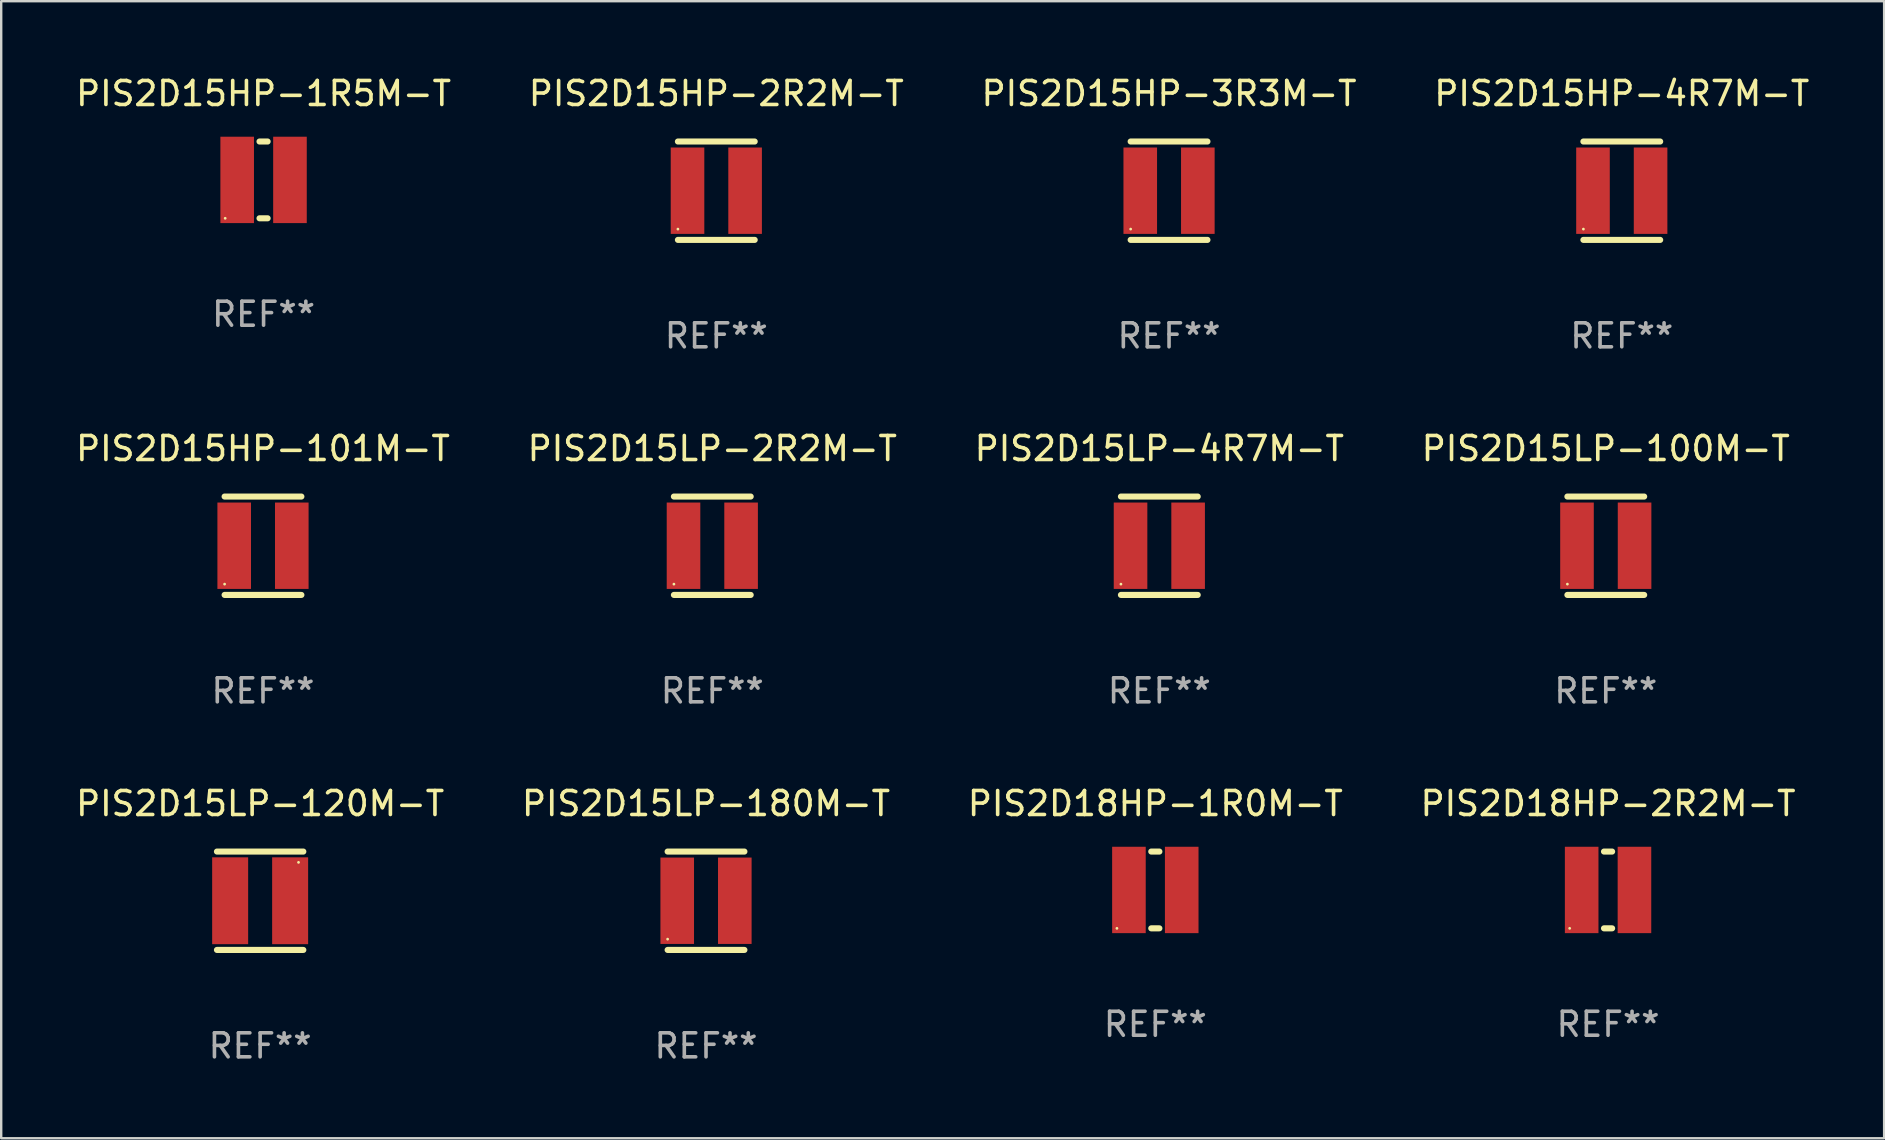
<source format=kicad_pcb>
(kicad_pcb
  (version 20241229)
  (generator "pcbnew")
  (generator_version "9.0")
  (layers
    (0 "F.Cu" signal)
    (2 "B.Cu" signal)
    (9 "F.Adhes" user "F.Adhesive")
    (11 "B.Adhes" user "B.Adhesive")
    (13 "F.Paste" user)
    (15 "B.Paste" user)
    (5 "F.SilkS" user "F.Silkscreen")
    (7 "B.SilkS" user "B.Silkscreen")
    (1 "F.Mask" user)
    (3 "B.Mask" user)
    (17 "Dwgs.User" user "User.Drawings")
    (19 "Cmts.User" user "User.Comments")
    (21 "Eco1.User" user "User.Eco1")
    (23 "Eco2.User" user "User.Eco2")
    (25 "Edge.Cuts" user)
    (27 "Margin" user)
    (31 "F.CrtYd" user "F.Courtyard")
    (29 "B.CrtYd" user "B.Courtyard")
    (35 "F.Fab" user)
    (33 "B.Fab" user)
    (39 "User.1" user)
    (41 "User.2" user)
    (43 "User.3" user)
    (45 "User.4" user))
  (footprint "PIS2D15LP-4R7M-T"
    (layer "F.Cu")
    (at 45.268 19.695)
    (property "Reference" "PIS2D15LP-4R7M-T" (at 0 -4.05 0) (layer "F.SilkS") (effects (font (size 1 1) (thickness 0.15))))
    (attr through_hole)
    (fp_line (start -1.6 2.05) (end 1.6 2.05) (stroke (width 0.254) (type solid)) (layer "F.SilkS"))
    (fp_line (start -1.6 -2.05) (end 1.6 -2.05) (stroke (width 0.254) (type solid)) (layer "F.SilkS"))
    (fp_circle (center -1.6 1.6) (end -1.57 1.6) (stroke (width 0.06) (type solid)) (fill no) (layer "F.SilkS"))
    (fp_text user "REF**" (at 0 6.05 0) (layer "F.Fab") (effects (font (size 1 1) (thickness 0.15))))
    (pad "1" smd rect (at -1.2 0 90) (size 3.6 1.4) (layers "F.Cu" "F.Mask" "F.Paste"))
    (pad "2" smd rect (at 1.2 0 90) (size 3.6 1.4) (layers "F.Cu" "F.Mask" "F.Paste")))
  (footprint "PIS2D15LP-100M-T"
    (layer "F.Cu")
    (at 63.875 19.695)
    (property "Reference" "PIS2D15LP-100M-T" (at 0 -4.05 0) (layer "F.SilkS") (effects (font (size 1 1) (thickness 0.15))))
    (attr through_hole)
    (fp_line (start -1.6 2.05) (end 1.6 2.05) (stroke (width 0.254) (type solid)) (layer "F.SilkS"))
    (fp_line (start -1.6 -2.05) (end 1.6 -2.05) (stroke (width 0.254) (type solid)) (layer "F.SilkS"))
    (fp_circle (center -1.6 1.6) (end -1.57 1.6) (stroke (width 0.06) (type solid)) (fill no) (layer "F.SilkS"))
    (fp_text user "REF**" (at 0 6.05 0) (layer "F.Fab") (effects (font (size 1 1) (thickness 0.15))))
    (pad "1" smd rect (at -1.2 0 90) (size 3.6 1.4) (layers "F.Cu" "F.Mask" "F.Paste"))
    (pad "2" smd rect (at 1.2 0 90) (size 3.6 1.4) (layers "F.Cu" "F.Mask" "F.Paste")))
  (footprint "PIS2D15LP-180M-T"
    (layer "F.Cu")
    (at 26.375 34.491)
    (property "Reference" "PIS2D15LP-180M-T" (at 0 -4.05 0) (layer "F.SilkS") (effects (font (size 1 1) (thickness 0.15))))
    (attr through_hole)
    (fp_line (start -1.6 2.05) (end 1.6 2.05) (stroke (width 0.254) (type solid)) (layer "F.SilkS"))
    (fp_line (start -1.6 -2.05) (end 1.6 -2.05) (stroke (width 0.254) (type solid)) (layer "F.SilkS"))
    (fp_circle (center -1.6 1.6) (end -1.57 1.6) (stroke (width 0.06) (type solid)) (fill no) (layer "F.SilkS"))
    (fp_text user "REF**" (at 0 6.05 0) (layer "F.Fab") (effects (font (size 1 1) (thickness 0.15))))
    (pad "1" smd rect (at -1.2 0 90) (size 3.6 1.4) (layers "F.Cu" "F.Mask" "F.Paste"))
    (pad "2" smd rect (at 1.2 0 90) (size 3.6 1.4) (layers "F.Cu" "F.Mask" "F.Paste")))
  (footprint "PIS2D15HP-101M-T"
    (layer "F.Cu")
    (at 7.911 19.695)
    (property "Reference" "PIS2D15HP-101M-T" (at 0 -4.05 0) (layer "F.SilkS") (effects (font (size 1 1) (thickness 0.15))))
    (attr through_hole)
    (fp_line (start -1.6 2.05) (end 1.6 2.05) (stroke (width 0.254) (type solid)) (layer "F.SilkS"))
    (fp_line (start -1.6 -2.05) (end 1.6 -2.05) (stroke (width 0.254) (type solid)) (layer "F.SilkS"))
    (fp_circle (center -1.6 1.6) (end -1.57 1.6) (stroke (width 0.06) (type solid)) (fill no) (layer "F.SilkS"))
    (fp_text user "REF**" (at 0 6.05 0) (layer "F.Fab") (effects (font (size 1 1) (thickness 0.15))))
    (pad "1" smd rect (at -1.2 0 90) (size 3.6 1.4) (layers "F.Cu" "F.Mask" "F.Paste"))
    (pad "2" smd rect (at 1.2 0 90) (size 3.6 1.4) (layers "F.Cu" "F.Mask" "F.Paste")))
  (footprint "PIS2D15LP-120M-T"
    (layer "F.Cu")
    (at 7.792 34.491)
    (property "Reference" "PIS2D15LP-120M-T" (at 0 -4.05 0) (layer "F.SilkS") (effects (font (size 1 1) (thickness 0.15))))
    (attr through_hole)
    (fp_line (start -1.8 -2.05) (end 1.8 -2.05) (stroke (width 0.254) (type solid)) (layer "F.SilkS"))
    (fp_line (start 1.8 2.05) (end -1.8 2.05) (stroke (width 0.254) (type solid)) (layer "F.SilkS"))
    (fp_circle (center 1.6 -1.6) (end 1.63 -1.6) (stroke (width 0.06) (type solid)) (fill no) (layer "F.SilkS"))
    (fp_text user "REF**" (at 0 6.05 0) (layer "F.Fab") (effects (font (size 1 1) (thickness 0.15))))
    (pad "1" smd rect (at 1.25 0) (size 1.5 3.62) (layers "F.Cu" "F.Mask" "F.Paste"))
    (pad "2" smd rect (at -1.25 0) (size 1.5 3.62) (layers "F.Cu" "F.Mask" "F.Paste")))
  (footprint "PIS2D15HP-3R3M-T"
    (layer "F.Cu")
    (at 45.673 4.898)
    (property "Reference" "PIS2D15HP-3R3M-T" (at 0 -4.05 0) (layer "F.SilkS") (effects (font (size 1 1) (thickness 0.15))))
    (attr through_hole)
    (fp_line (start -1.6 2.05) (end 1.6 2.05) (stroke (width 0.254) (type solid)) (layer "F.SilkS"))
    (fp_line (start -1.6 -2.05) (end 1.6 -2.05) (stroke (width 0.254) (type solid)) (layer "F.SilkS"))
    (fp_circle (center -1.6 1.6) (end -1.57 1.6) (stroke (width 0.06) (type solid)) (fill no) (layer "F.SilkS"))
    (fp_text user "REF**" (at 0 6.05 0) (layer "F.Fab") (effects (font (size 1 1) (thickness 0.15))))
    (pad "1" smd rect (at -1.2 0 90) (size 3.6 1.4) (layers "F.Cu" "F.Mask" "F.Paste"))
    (pad "2" smd rect (at 1.2 0 90) (size 3.6 1.4) (layers "F.Cu" "F.Mask" "F.Paste")))
  (footprint "PIS2D18HP-2R2M-T"
    (layer "F.Cu")
    (at 63.97 34.041)
    (property "Reference" "PIS2D18HP-2R2M-T" (at 0 -3.6 0) (layer "F.SilkS") (effects (font (size 1 1) (thickness 0.15))))
    (attr through_hole)
    (fp_line (start -0.169 -1.6) (end 0.169 -1.6) (stroke (width 0.254) (type solid)) (layer "F.SilkS"))
    (fp_line (start -0.169 1.6) (end 0.169 1.6) (stroke (width 0.254) (type solid)) (layer "F.SilkS"))
    (fp_circle (center -1.6 1.6) (end -1.57 1.6) (stroke (width 0.06) (type solid)) (fill no) (layer "F.SilkS"))
    (fp_text user "REF**" (at 0 5.6 0) (layer "F.Fab") (effects (font (size 1 1) (thickness 0.15))))
    (pad "1" smd rect (at -1.1 0) (size 1.4 3.6) (layers "F.Cu" "F.Mask" "F.Paste"))
    (pad "2" smd rect (at 1.1 0) (size 1.4 3.6) (layers "F.Cu" "F.Mask" "F.Paste")))
  (footprint "PIS2D15HP-2R2M-T"
    (layer "F.Cu")
    (at 26.804 4.898)
    (property "Reference" "PIS2D15HP-2R2M-T" (at 0 -4.05 0) (layer "F.SilkS") (effects (font (size 1 1) (thickness 0.15))))
    (attr through_hole)
    (fp_line (start -1.6 2.05) (end 1.6 2.05) (stroke (width 0.254) (type solid)) (layer "F.SilkS"))
    (fp_line (start -1.6 -2.05) (end 1.6 -2.05) (stroke (width 0.254) (type solid)) (layer "F.SilkS"))
    (fp_circle (center -1.6 1.6) (end -1.57 1.6) (stroke (width 0.06) (type solid)) (fill no) (layer "F.SilkS"))
    (fp_text user "REF**" (at 0 6.05 0) (layer "F.Fab") (effects (font (size 1 1) (thickness 0.15))))
    (pad "1" smd rect (at -1.2 0 90) (size 3.6 1.4) (layers "F.Cu" "F.Mask" "F.Paste"))
    (pad "2" smd rect (at 1.2 0 90) (size 3.6 1.4) (layers "F.Cu" "F.Mask" "F.Paste")))
  (footprint "PIS2D15LP-2R2M-T"
    (layer "F.Cu")
    (at 26.637 19.695)
    (property "Reference" "PIS2D15LP-2R2M-T" (at 0 -4.05 0) (layer "F.SilkS") (effects (font (size 1 1) (thickness 0.15))))
    (attr through_hole)
    (fp_line (start -1.6 2.05) (end 1.6 2.05) (stroke (width 0.254) (type solid)) (layer "F.SilkS"))
    (fp_line (start -1.6 -2.05) (end 1.6 -2.05) (stroke (width 0.254) (type solid)) (layer "F.SilkS"))
    (fp_circle (center -1.6 1.6) (end -1.57 1.6) (stroke (width 0.06) (type solid)) (fill no) (layer "F.SilkS"))
    (fp_text user "REF**" (at 0 6.05 0) (layer "F.Fab") (effects (font (size 1 1) (thickness 0.15))))
    (pad "1" smd rect (at -1.2 0 90) (size 3.6 1.4) (layers "F.Cu" "F.Mask" "F.Paste"))
    (pad "2" smd rect (at 1.2 0 90) (size 3.6 1.4) (layers "F.Cu" "F.Mask" "F.Paste")))
  (footprint "PIS2D18HP-1R0M-T"
    (layer "F.Cu")
    (at 45.101 34.041)
    (property "Reference" "PIS2D18HP-1R0M-T" (at 0 -3.6 0) (layer "F.SilkS") (effects (font (size 1 1) (thickness 0.15))))
    (attr through_hole)
    (fp_line (start -0.169 -1.6) (end 0.169 -1.6) (stroke (width 0.254) (type solid)) (layer "F.SilkS"))
    (fp_line (start -0.169 1.6) (end 0.169 1.6) (stroke (width 0.254) (type solid)) (layer "F.SilkS"))
    (fp_circle (center -1.6 1.6) (end -1.57 1.6) (stroke (width 0.06) (type solid)) (fill no) (layer "F.SilkS"))
    (fp_text user "REF**" (at 0 5.6 0) (layer "F.Fab") (effects (font (size 1 1) (thickness 0.15))))
    (pad "1" smd rect (at -1.1 0) (size 1.4 3.6) (layers "F.Cu" "F.Mask" "F.Paste"))
    (pad "2" smd rect (at 1.1 0) (size 1.4 3.6) (layers "F.Cu" "F.Mask" "F.Paste")))
  (footprint "PIS2D15HP-4R7M-T"
    (layer "F.Cu")
    (at 64.542 4.898)
    (property "Reference" "PIS2D15HP-4R7M-T" (at 0 -4.05 0) (layer "F.SilkS") (effects (font (size 1 1) (thickness 0.15))))
    (attr through_hole)
    (fp_line (start -1.6 2.05) (end 1.6 2.05) (stroke (width 0.254) (type solid)) (layer "F.SilkS"))
    (fp_line (start -1.6 -2.05) (end 1.6 -2.05) (stroke (width 0.254) (type solid)) (layer "F.SilkS"))
    (fp_circle (center -1.6 1.6) (end -1.57 1.6) (stroke (width 0.06) (type solid)) (fill no) (layer "F.SilkS"))
    (fp_text user "REF**" (at 0 6.05 0) (layer "F.Fab") (effects (font (size 1 1) (thickness 0.15))))
    (pad "1" smd rect (at -1.2 0 90) (size 3.6 1.4) (layers "F.Cu" "F.Mask" "F.Paste"))
    (pad "2" smd rect (at 1.2 0 90) (size 3.6 1.4) (layers "F.Cu" "F.Mask" "F.Paste")))
  (footprint "PIS2D15HP-1R5M-T"
    (layer "F.Cu")
    (at 7.935 4.448)
    (property "Reference" "PIS2D15HP-1R5M-T" (at 0 -3.6 0) (layer "F.SilkS") (effects (font (size 1 1) (thickness 0.15))))
    (attr through_hole)
    (fp_line (start -0.169 -1.6) (end 0.169 -1.6) (stroke (width 0.254) (type solid)) (layer "F.SilkS"))
    (fp_line (start -0.169 1.6) (end 0.169 1.6) (stroke (width 0.254) (type solid)) (layer "F.SilkS"))
    (fp_circle (center -1.6 1.6) (end -1.57 1.6) (stroke (width 0.06) (type solid)) (fill no) (layer "F.SilkS"))
    (fp_text user "REF**" (at 0 5.6 0) (layer "F.Fab") (effects (font (size 1 1) (thickness 0.15))))
    (pad "1" smd rect (at -1.1 0) (size 1.4 3.6) (layers "F.Cu" "F.Mask" "F.Paste"))
    (pad "2" smd rect (at 1.1 0) (size 1.4 3.6) (layers "F.Cu" "F.Mask" "F.Paste")))
  (gr_rect
    (start -3 -3)
    (end 75.476 44.389)
    (stroke (width 0.1) (type default))
    (fill no)
    (layer "Edge.Cuts")))
</source>
